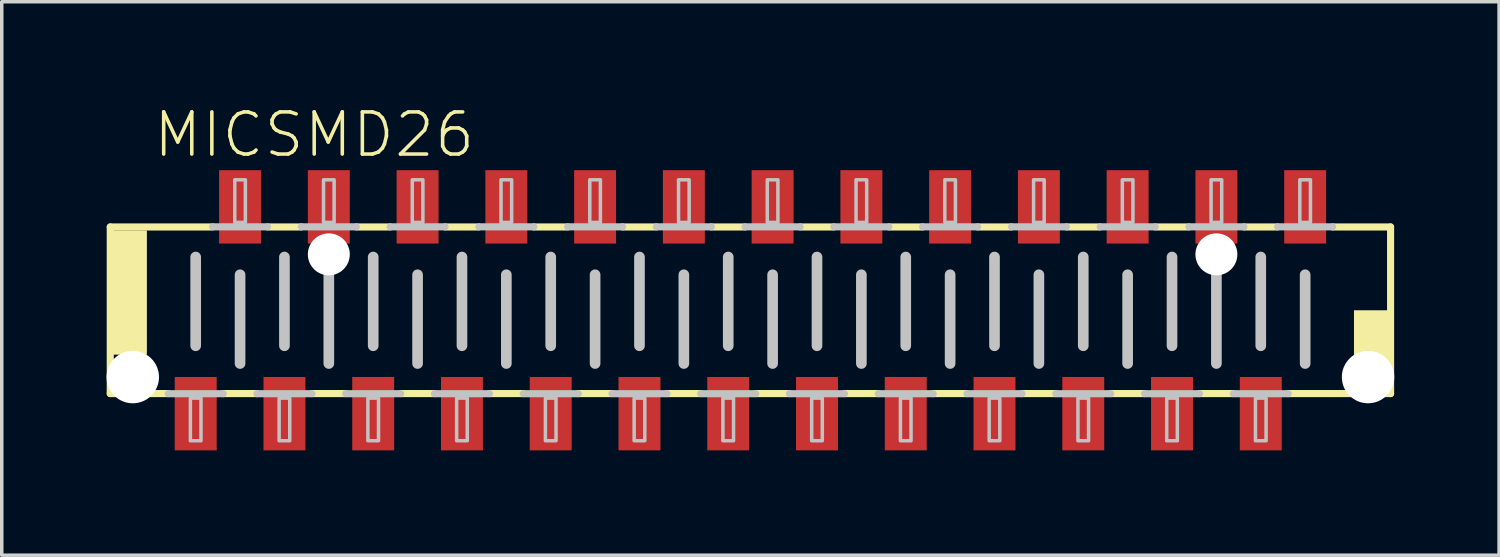
<source format=kicad_pcb>
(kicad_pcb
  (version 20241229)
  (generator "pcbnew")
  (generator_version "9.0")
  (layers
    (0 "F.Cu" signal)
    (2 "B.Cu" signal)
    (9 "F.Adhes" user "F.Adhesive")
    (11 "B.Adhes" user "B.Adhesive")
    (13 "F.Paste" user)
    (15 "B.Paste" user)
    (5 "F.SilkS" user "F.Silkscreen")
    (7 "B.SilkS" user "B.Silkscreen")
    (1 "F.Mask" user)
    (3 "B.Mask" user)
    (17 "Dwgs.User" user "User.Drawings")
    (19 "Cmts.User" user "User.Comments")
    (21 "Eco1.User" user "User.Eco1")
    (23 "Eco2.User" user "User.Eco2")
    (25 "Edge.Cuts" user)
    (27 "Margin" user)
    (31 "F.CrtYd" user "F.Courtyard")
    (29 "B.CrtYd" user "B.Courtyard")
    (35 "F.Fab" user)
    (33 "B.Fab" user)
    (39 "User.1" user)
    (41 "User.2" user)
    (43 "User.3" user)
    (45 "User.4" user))
  (footprint "MICSMD26"
    (layer "F.Cu")
    (at 18.425 5.829)
    (property "Reference" "MICSMD26" (at -17.145 -4.318 0) (layer "F.SilkS") (effects (font (size 1.206 1.206) (thickness 0.102)) (justify left bottom)))
    (attr through_hole)
    (fp_line (start -18.32 -2.384) (end -15.392 -2.384) (stroke (width 0.203) (type solid)) (layer "F.SilkS"))
    (fp_line (start -18.32 2.384) (end -18.32 -2.384) (stroke (width 0.203) (type solid)) (layer "F.SilkS"))
    (fp_line (start -16.662 2.384) (end -18.32 2.384) (stroke (width 0.203) (type solid)) (layer "F.SilkS"))
    (fp_line (start -14.122 2.384) (end -15.088 2.384) (stroke (width 0.203) (type solid)) (layer "F.SilkS"))
    (fp_line (start -13.818 -2.384) (end -12.852 -2.384) (stroke (width 0.203) (type solid)) (layer "F.SilkS"))
    (fp_line (start -11.582 2.384) (end -12.548 2.384) (stroke (width 0.203) (type solid)) (layer "F.SilkS"))
    (fp_line (start -11.278 -2.384) (end -10.312 -2.384) (stroke (width 0.203) (type solid)) (layer "F.SilkS"))
    (fp_line (start -9.042 2.384) (end -10.008 2.384) (stroke (width 0.203) (type solid)) (layer "F.SilkS"))
    (fp_line (start -8.738 -2.384) (end -7.772 -2.384) (stroke (width 0.203) (type solid)) (layer "F.SilkS"))
    (fp_line (start -6.502 2.384) (end -7.468 2.384) (stroke (width 0.203) (type solid)) (layer "F.SilkS"))
    (fp_line (start -6.198 -2.384) (end -5.232 -2.384) (stroke (width 0.203) (type solid)) (layer "F.SilkS"))
    (fp_line (start -3.962 2.384) (end -4.928 2.384) (stroke (width 0.203) (type solid)) (layer "F.SilkS"))
    (fp_line (start -3.658 -2.384) (end -2.692 -2.384) (stroke (width 0.203) (type solid)) (layer "F.SilkS"))
    (fp_line (start -1.422 2.384) (end -2.388 2.384) (stroke (width 0.203) (type solid)) (layer "F.SilkS"))
    (fp_line (start -1.118 -2.384) (end -0.152 -2.384) (stroke (width 0.203) (type solid)) (layer "F.SilkS"))
    (fp_line (start 1.118 2.384) (end 0.152 2.384) (stroke (width 0.203) (type solid)) (layer "F.SilkS"))
    (fp_line (start 1.422 -2.384) (end 2.388 -2.384) (stroke (width 0.203) (type solid)) (layer "F.SilkS"))
    (fp_line (start 3.658 2.384) (end 2.692 2.384) (stroke (width 0.203) (type solid)) (layer "F.SilkS"))
    (fp_line (start 3.962 -2.384) (end 4.928 -2.384) (stroke (width 0.203) (type solid)) (layer "F.SilkS"))
    (fp_line (start 6.198 2.384) (end 5.232 2.384) (stroke (width 0.203) (type solid)) (layer "F.SilkS"))
    (fp_line (start 6.502 -2.384) (end 7.468 -2.384) (stroke (width 0.203) (type solid)) (layer "F.SilkS"))
    (fp_line (start 8.738 2.384) (end 7.772 2.384) (stroke (width 0.203) (type solid)) (layer "F.SilkS"))
    (fp_line (start 9.042 -2.384) (end 10.008 -2.384) (stroke (width 0.203) (type solid)) (layer "F.SilkS"))
    (fp_line (start 11.278 2.384) (end 10.312 2.384) (stroke (width 0.203) (type solid)) (layer "F.SilkS"))
    (fp_line (start 11.582 -2.384) (end 12.548 -2.384) (stroke (width 0.203) (type solid)) (layer "F.SilkS"))
    (fp_line (start 13.818 2.384) (end 12.852 2.384) (stroke (width 0.203) (type solid)) (layer "F.SilkS"))
    (fp_line (start 14.122 -2.384) (end 15.088 -2.384) (stroke (width 0.203) (type solid)) (layer "F.SilkS"))
    (fp_line (start 16.662 -2.384) (end 18.32 -2.384) (stroke (width 0.203) (type solid)) (layer "F.SilkS"))
    (fp_line (start 18.32 -2.384) (end 18.32 2.384) (stroke (width 0.203) (type solid)) (layer "F.SilkS"))
    (fp_line (start 18.32 2.384) (end 15.392 2.384) (stroke (width 0.203) (type solid)) (layer "F.SilkS"))
    (fp_poly (pts (xy -18.288 1.27) (xy -17.272 1.27) (xy -17.272 -2.286) (xy -18.288 -2.286)) (stroke (width 0) (type solid)) (fill yes) (layer "F.SilkS"))
    (fp_poly (pts (xy 17.272 2.286) (xy 18.288 2.286) (xy 18.288 0) (xy 17.272 0)) (stroke (width 0) (type solid)) (fill yes) (layer "F.SilkS"))
    (fp_line (start -15.875 -1.524) (end -15.875 1.016) (stroke (width 0.305) (type solid)) (layer "Dwgs.User"))
    (fp_line (start -15.392 -2.388) (end -13.818 -2.388) (stroke (width 0.203) (type solid)) (layer "Dwgs.User"))
    (fp_line (start -15.088 2.388) (end -16.662 2.388) (stroke (width 0.203) (type solid)) (layer "Dwgs.User"))
    (fp_line (start -14.605 -1.016) (end -14.605 1.524) (stroke (width 0.305) (type solid)) (layer "Dwgs.User"))
    (fp_line (start -13.335 -1.524) (end -13.335 1.016) (stroke (width 0.305) (type solid)) (layer "Dwgs.User"))
    (fp_line (start -12.852 -2.388) (end -11.278 -2.388) (stroke (width 0.203) (type solid)) (layer "Dwgs.User"))
    (fp_line (start -12.548 2.388) (end -14.122 2.388) (stroke (width 0.203) (type solid)) (layer "Dwgs.User"))
    (fp_line (start -12.065 -1.016) (end -12.065 1.524) (stroke (width 0.305) (type solid)) (layer "Dwgs.User"))
    (fp_line (start -10.795 -1.524) (end -10.795 1.016) (stroke (width 0.305) (type solid)) (layer "Dwgs.User"))
    (fp_line (start -10.312 -2.388) (end -8.738 -2.388) (stroke (width 0.203) (type solid)) (layer "Dwgs.User"))
    (fp_line (start -10.008 2.388) (end -11.582 2.388) (stroke (width 0.203) (type solid)) (layer "Dwgs.User"))
    (fp_line (start -9.525 -1.016) (end -9.525 1.524) (stroke (width 0.305) (type solid)) (layer "Dwgs.User"))
    (fp_line (start -8.255 -1.524) (end -8.255 1.016) (stroke (width 0.305) (type solid)) (layer "Dwgs.User"))
    (fp_line (start -7.772 -2.388) (end -6.198 -2.388) (stroke (width 0.203) (type solid)) (layer "Dwgs.User"))
    (fp_line (start -7.468 2.388) (end -9.042 2.388) (stroke (width 0.203) (type solid)) (layer "Dwgs.User"))
    (fp_line (start -6.985 -1.016) (end -6.985 1.524) (stroke (width 0.305) (type solid)) (layer "Dwgs.User"))
    (fp_line (start -5.715 -1.524) (end -5.715 1.016) (stroke (width 0.305) (type solid)) (layer "Dwgs.User"))
    (fp_line (start -5.232 -2.388) (end -3.658 -2.388) (stroke (width 0.203) (type solid)) (layer "Dwgs.User"))
    (fp_line (start -4.928 2.388) (end -6.502 2.388) (stroke (width 0.203) (type solid)) (layer "Dwgs.User"))
    (fp_line (start -4.445 -1.016) (end -4.445 1.524) (stroke (width 0.305) (type solid)) (layer "Dwgs.User"))
    (fp_line (start -3.175 -1.524) (end -3.175 1.016) (stroke (width 0.305) (type solid)) (layer "Dwgs.User"))
    (fp_line (start -2.692 -2.388) (end -1.118 -2.388) (stroke (width 0.203) (type solid)) (layer "Dwgs.User"))
    (fp_line (start -2.388 2.388) (end -3.962 2.388) (stroke (width 0.203) (type solid)) (layer "Dwgs.User"))
    (fp_line (start -1.905 -1.016) (end -1.905 1.524) (stroke (width 0.305) (type solid)) (layer "Dwgs.User"))
    (fp_line (start -0.635 -1.524) (end -0.635 1.016) (stroke (width 0.305) (type solid)) (layer "Dwgs.User"))
    (fp_line (start -0.152 -2.388) (end 1.422 -2.388) (stroke (width 0.203) (type solid)) (layer "Dwgs.User"))
    (fp_line (start 0.152 2.388) (end -1.422 2.388) (stroke (width 0.203) (type solid)) (layer "Dwgs.User"))
    (fp_line (start 0.635 -1.016) (end 0.635 1.524) (stroke (width 0.305) (type solid)) (layer "Dwgs.User"))
    (fp_line (start 1.905 -1.524) (end 1.905 1.016) (stroke (width 0.305) (type solid)) (layer "Dwgs.User"))
    (fp_line (start 2.388 -2.388) (end 3.962 -2.388) (stroke (width 0.203) (type solid)) (layer "Dwgs.User"))
    (fp_line (start 2.692 2.388) (end 1.118 2.388) (stroke (width 0.203) (type solid)) (layer "Dwgs.User"))
    (fp_line (start 3.175 -1.016) (end 3.175 1.524) (stroke (width 0.305) (type solid)) (layer "Dwgs.User"))
    (fp_line (start 4.445 -1.524) (end 4.445 1.016) (stroke (width 0.305) (type solid)) (layer "Dwgs.User"))
    (fp_line (start 4.928 -2.388) (end 6.502 -2.388) (stroke (width 0.203) (type solid)) (layer "Dwgs.User"))
    (fp_line (start 5.232 2.388) (end 3.658 2.388) (stroke (width 0.203) (type solid)) (layer "Dwgs.User"))
    (fp_line (start 5.715 -1.016) (end 5.715 1.524) (stroke (width 0.305) (type solid)) (layer "Dwgs.User"))
    (fp_line (start 6.985 -1.524) (end 6.985 1.016) (stroke (width 0.305) (type solid)) (layer "Dwgs.User"))
    (fp_line (start 7.468 -2.388) (end 9.042 -2.388) (stroke (width 0.203) (type solid)) (layer "Dwgs.User"))
    (fp_line (start 7.772 2.388) (end 6.198 2.388) (stroke (width 0.203) (type solid)) (layer "Dwgs.User"))
    (fp_line (start 8.255 -1.016) (end 8.255 1.524) (stroke (width 0.305) (type solid)) (layer "Dwgs.User"))
    (fp_line (start 9.525 -1.524) (end 9.525 1.016) (stroke (width 0.305) (type solid)) (layer "Dwgs.User"))
    (fp_line (start 10.008 -2.388) (end 11.582 -2.388) (stroke (width 0.203) (type solid)) (layer "Dwgs.User"))
    (fp_line (start 10.312 2.388) (end 8.738 2.388) (stroke (width 0.203) (type solid)) (layer "Dwgs.User"))
    (fp_line (start 10.795 -1.016) (end 10.795 1.524) (stroke (width 0.305) (type solid)) (layer "Dwgs.User"))
    (fp_line (start 12.065 -1.524) (end 12.065 1.016) (stroke (width 0.305) (type solid)) (layer "Dwgs.User"))
    (fp_line (start 12.548 -2.388) (end 14.122 -2.388) (stroke (width 0.203) (type solid)) (layer "Dwgs.User"))
    (fp_line (start 12.852 2.388) (end 11.278 2.388) (stroke (width 0.203) (type solid)) (layer "Dwgs.User"))
    (fp_line (start 13.335 -1.016) (end 13.335 1.524) (stroke (width 0.305) (type solid)) (layer "Dwgs.User"))
    (fp_line (start 14.605 -1.524) (end 14.605 1.016) (stroke (width 0.305) (type solid)) (layer "Dwgs.User"))
    (fp_line (start 15.088 -2.388) (end 16.662 -2.388) (stroke (width 0.203) (type solid)) (layer "Dwgs.User"))
    (fp_line (start 15.392 2.388) (end 13.818 2.388) (stroke (width 0.203) (type solid)) (layer "Dwgs.User"))
    (fp_line (start 15.875 -1.016) (end 15.875 1.524) (stroke (width 0.305) (type solid)) (layer "Dwgs.User"))
    (fp_poly (pts (xy -16.027 3.734) (xy -15.723 3.734) (xy -15.723 2.515) (xy -16.027 2.515)) (stroke (width 0.1) (type solid)) (fill no) (layer "Dwgs.User"))
    (fp_poly (pts (xy -14.757 -2.515) (xy -14.453 -2.515) (xy -14.453 -3.734) (xy -14.757 -3.734)) (stroke (width 0.1) (type solid)) (fill no) (layer "Dwgs.User"))
    (fp_poly (pts (xy -13.487 3.734) (xy -13.183 3.734) (xy -13.183 2.515) (xy -13.487 2.515)) (stroke (width 0.1) (type solid)) (fill no) (layer "Dwgs.User"))
    (fp_poly (pts (xy -12.217 -2.515) (xy -11.913 -2.515) (xy -11.913 -3.734) (xy -12.217 -3.734)) (stroke (width 0.1) (type solid)) (fill no) (layer "Dwgs.User"))
    (fp_poly (pts (xy -10.947 3.734) (xy -10.643 3.734) (xy -10.643 2.515) (xy -10.947 2.515)) (stroke (width 0.1) (type solid)) (fill no) (layer "Dwgs.User"))
    (fp_poly (pts (xy -9.677 -2.515) (xy -9.373 -2.515) (xy -9.373 -3.734) (xy -9.677 -3.734)) (stroke (width 0.1) (type solid)) (fill no) (layer "Dwgs.User"))
    (fp_poly (pts (xy -8.407 3.734) (xy -8.103 3.734) (xy -8.103 2.515) (xy -8.407 2.515)) (stroke (width 0.1) (type solid)) (fill no) (layer "Dwgs.User"))
    (fp_poly (pts (xy -7.137 -2.515) (xy -6.833 -2.515) (xy -6.833 -3.734) (xy -7.137 -3.734)) (stroke (width 0.1) (type solid)) (fill no) (layer "Dwgs.User"))
    (fp_poly (pts (xy -5.867 3.734) (xy -5.563 3.734) (xy -5.563 2.515) (xy -5.867 2.515)) (stroke (width 0.1) (type solid)) (fill no) (layer "Dwgs.User"))
    (fp_poly (pts (xy -4.597 -2.515) (xy -4.293 -2.515) (xy -4.293 -3.734) (xy -4.597 -3.734)) (stroke (width 0.1) (type solid)) (fill no) (layer "Dwgs.User"))
    (fp_poly (pts (xy -3.327 3.734) (xy -3.023 3.734) (xy -3.023 2.515) (xy -3.327 2.515)) (stroke (width 0.1) (type solid)) (fill no) (layer "Dwgs.User"))
    (fp_poly (pts (xy -2.057 -2.515) (xy -1.753 -2.515) (xy -1.753 -3.734) (xy -2.057 -3.734)) (stroke (width 0.1) (type solid)) (fill no) (layer "Dwgs.User"))
    (fp_poly (pts (xy -0.787 3.734) (xy -0.483 3.734) (xy -0.483 2.515) (xy -0.787 2.515)) (stroke (width 0.1) (type solid)) (fill no) (layer "Dwgs.User"))
    (fp_poly (pts (xy 0.483 -2.515) (xy 0.787 -2.515) (xy 0.787 -3.734) (xy 0.483 -3.734)) (stroke (width 0.1) (type solid)) (fill no) (layer "Dwgs.User"))
    (fp_poly (pts (xy 1.753 3.734) (xy 2.057 3.734) (xy 2.057 2.515) (xy 1.753 2.515)) (stroke (width 0.1) (type solid)) (fill no) (layer "Dwgs.User"))
    (fp_poly (pts (xy 3.023 -2.515) (xy 3.327 -2.515) (xy 3.327 -3.734) (xy 3.023 -3.734)) (stroke (width 0.1) (type solid)) (fill no) (layer "Dwgs.User"))
    (fp_poly (pts (xy 4.293 3.734) (xy 4.597 3.734) (xy 4.597 2.515) (xy 4.293 2.515)) (stroke (width 0.1) (type solid)) (fill no) (layer "Dwgs.User"))
    (fp_poly (pts (xy 5.563 -2.515) (xy 5.867 -2.515) (xy 5.867 -3.734) (xy 5.563 -3.734)) (stroke (width 0.1) (type solid)) (fill no) (layer "Dwgs.User"))
    (fp_poly (pts (xy 6.833 3.734) (xy 7.137 3.734) (xy 7.137 2.515) (xy 6.833 2.515)) (stroke (width 0.1) (type solid)) (fill no) (layer "Dwgs.User"))
    (fp_poly (pts (xy 8.103 -2.515) (xy 8.407 -2.515) (xy 8.407 -3.734) (xy 8.103 -3.734)) (stroke (width 0.1) (type solid)) (fill no) (layer "Dwgs.User"))
    (fp_poly (pts (xy 9.373 3.734) (xy 9.677 3.734) (xy 9.677 2.515) (xy 9.373 2.515)) (stroke (width 0.1) (type solid)) (fill no) (layer "Dwgs.User"))
    (fp_poly (pts (xy 10.643 -2.515) (xy 10.947 -2.515) (xy 10.947 -3.734) (xy 10.643 -3.734)) (stroke (width 0.1) (type solid)) (fill no) (layer "Dwgs.User"))
    (fp_poly (pts (xy 11.913 3.734) (xy 12.217 3.734) (xy 12.217 2.515) (xy 11.913 2.515)) (stroke (width 0.1) (type solid)) (fill no) (layer "Dwgs.User"))
    (fp_poly (pts (xy 13.183 -2.515) (xy 13.487 -2.515) (xy 13.487 -3.734) (xy 13.183 -3.734)) (stroke (width 0.1) (type solid)) (fill no) (layer "Dwgs.User"))
    (fp_poly (pts (xy 14.453 3.734) (xy 14.757 3.734) (xy 14.757 2.515) (xy 14.453 2.515)) (stroke (width 0.1) (type solid)) (fill no) (layer "Dwgs.User"))
    (fp_poly (pts (xy 15.723 -2.515) (xy 16.027 -2.515) (xy 16.027 -3.734) (xy 15.723 -3.734)) (stroke (width 0.1) (type solid)) (fill no) (layer "Dwgs.User"))
    (pad "" np_thru_hole circle (at -17.675 1.912) (size 1.5 1.5) (drill 1.5) (layers "*.Cu"))
    (pad "" np_thru_hole circle (at -12.065 -1.6) (size 1.2 1.2) (drill 1.2) (layers "*.Cu"))
    (pad "" np_thru_hole circle (at 13.335 -1.6) (size 1.2 1.2) (drill 1.2) (layers "*.Cu"))
    (pad "" np_thru_hole circle (at 17.675 1.912) (size 1.5 1.5) (drill 1.5) (layers "*.Cu"))
    (pad "1" smd rect (at -15.875 2.959) (size 1.2 2.1) (layers "F.Cu" "F.Mask" "F.Paste"))
    (pad "2" smd rect (at -14.605 -2.959) (size 1.2 2.1) (layers "F.Cu" "F.Mask" "F.Paste"))
    (pad "3" smd rect (at -13.335 2.959) (size 1.2 2.1) (layers "F.Cu" "F.Mask" "F.Paste"))
    (pad "4" smd rect (at -12.065 -2.959) (size 1.2 2.1) (layers "F.Cu" "F.Mask" "F.Paste"))
    (pad "5" smd rect (at -10.795 2.959) (size 1.2 2.1) (layers "F.Cu" "F.Mask" "F.Paste"))
    (pad "6" smd rect (at -9.525 -2.959) (size 1.2 2.1) (layers "F.Cu" "F.Mask" "F.Paste"))
    (pad "7" smd rect (at -8.255 2.959) (size 1.2 2.1) (layers "F.Cu" "F.Mask" "F.Paste"))
    (pad "8" smd rect (at -6.985 -2.959) (size 1.2 2.1) (layers "F.Cu" "F.Mask" "F.Paste"))
    (pad "9" smd rect (at -5.715 2.959) (size 1.2 2.1) (layers "F.Cu" "F.Mask" "F.Paste"))
    (pad "10" smd rect (at -4.445 -2.959) (size 1.2 2.1) (layers "F.Cu" "F.Mask" "F.Paste"))
    (pad "11" smd rect (at -3.175 2.959) (size 1.2 2.1) (layers "F.Cu" "F.Mask" "F.Paste"))
    (pad "12" smd rect (at -1.905 -2.959) (size 1.2 2.1) (layers "F.Cu" "F.Mask" "F.Paste"))
    (pad "13" smd rect (at -0.635 2.959) (size 1.2 2.1) (layers "F.Cu" "F.Mask" "F.Paste"))
    (pad "14" smd rect (at 0.635 -2.959) (size 1.2 2.1) (layers "F.Cu" "F.Mask" "F.Paste"))
    (pad "15" smd rect (at 1.905 2.959) (size 1.2 2.1) (layers "F.Cu" "F.Mask" "F.Paste"))
    (pad "16" smd rect (at 3.175 -2.959) (size 1.2 2.1) (layers "F.Cu" "F.Mask" "F.Paste"))
    (pad "17" smd rect (at 4.445 2.959) (size 1.2 2.1) (layers "F.Cu" "F.Mask" "F.Paste"))
    (pad "18" smd rect (at 5.715 -2.959) (size 1.2 2.1) (layers "F.Cu" "F.Mask" "F.Paste"))
    (pad "19" smd rect (at 6.985 2.959) (size 1.2 2.1) (layers "F.Cu" "F.Mask" "F.Paste"))
    (pad "20" smd rect (at 8.255 -2.959) (size 1.2 2.1) (layers "F.Cu" "F.Mask" "F.Paste"))
    (pad "21" smd rect (at 9.525 2.959) (size 1.2 2.1) (layers "F.Cu" "F.Mask" "F.Paste"))
    (pad "22" smd rect (at 10.795 -2.959) (size 1.2 2.1) (layers "F.Cu" "F.Mask" "F.Paste"))
    (pad "23" smd rect (at 12.065 2.959) (size 1.2 2.1) (layers "F.Cu" "F.Mask" "F.Paste"))
    (pad "24" smd rect (at 13.335 -2.959) (size 1.2 2.1) (layers "F.Cu" "F.Mask" "F.Paste"))
    (pad "25" smd rect (at 14.605 2.959) (size 1.2 2.1) (layers "F.Cu" "F.Mask" "F.Paste"))
    (pad "26" smd rect (at 15.875 -2.959) (size 1.2 2.1) (layers "F.Cu" "F.Mask" "F.Paste")))
  (gr_rect
    (start -3 -3)
    (end 39.85 12.838)
    (stroke (width 0.1) (type default))
    (fill no)
    (layer "Edge.Cuts")))
</source>
